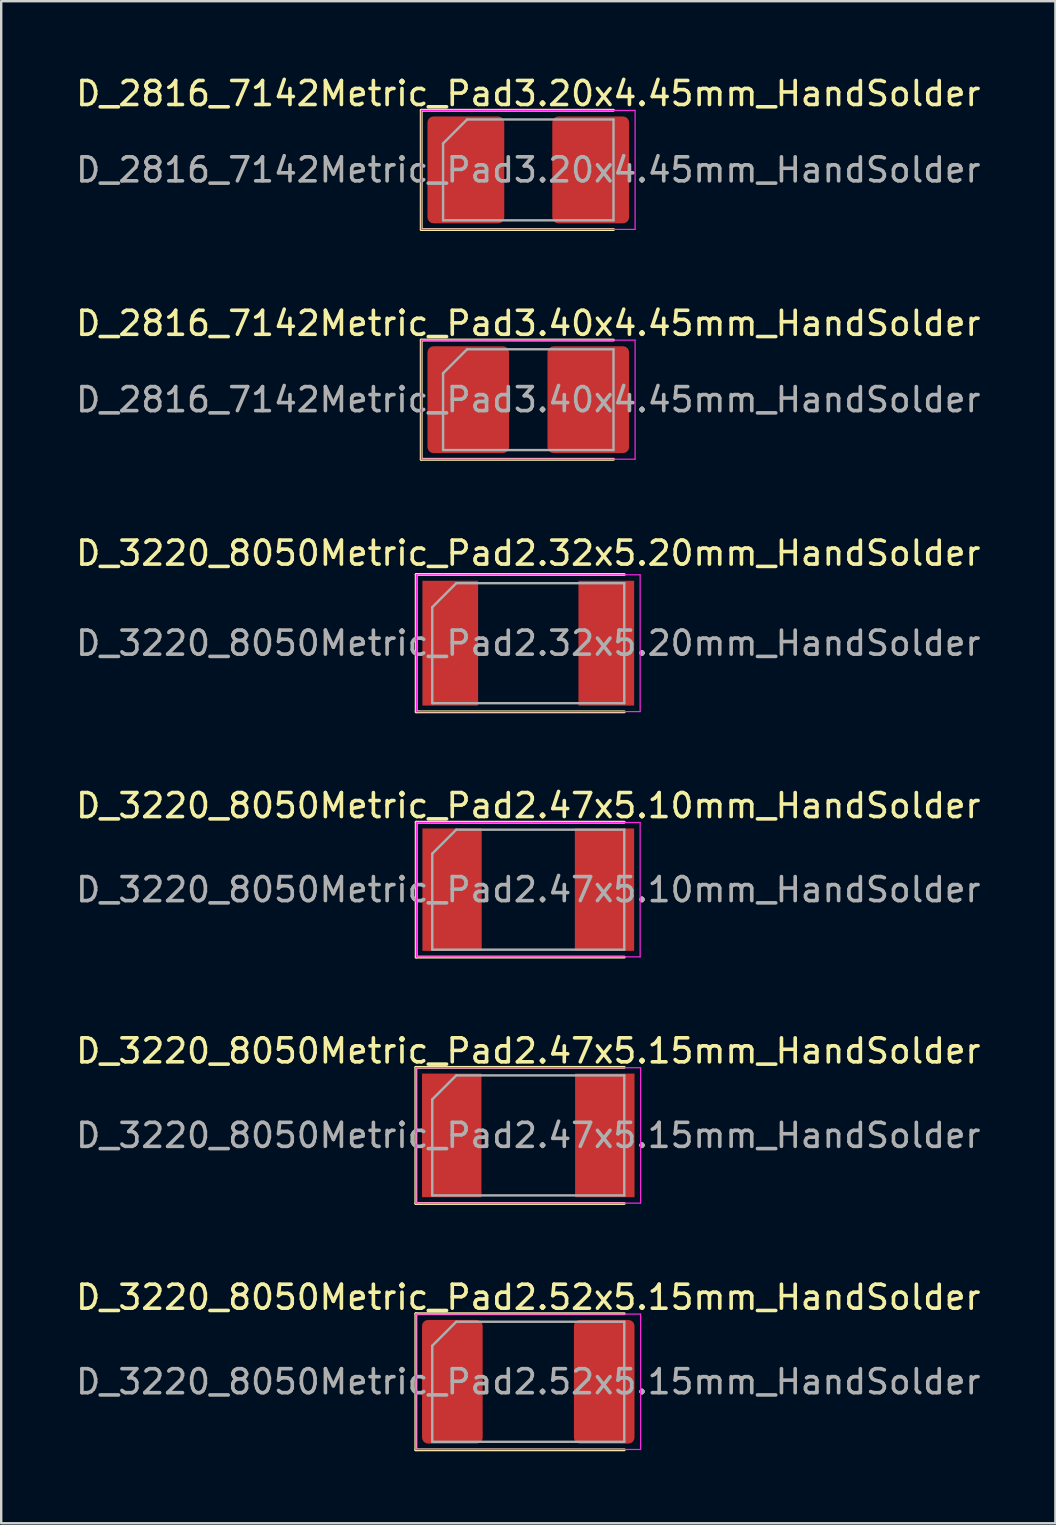
<source format=kicad_pcb>
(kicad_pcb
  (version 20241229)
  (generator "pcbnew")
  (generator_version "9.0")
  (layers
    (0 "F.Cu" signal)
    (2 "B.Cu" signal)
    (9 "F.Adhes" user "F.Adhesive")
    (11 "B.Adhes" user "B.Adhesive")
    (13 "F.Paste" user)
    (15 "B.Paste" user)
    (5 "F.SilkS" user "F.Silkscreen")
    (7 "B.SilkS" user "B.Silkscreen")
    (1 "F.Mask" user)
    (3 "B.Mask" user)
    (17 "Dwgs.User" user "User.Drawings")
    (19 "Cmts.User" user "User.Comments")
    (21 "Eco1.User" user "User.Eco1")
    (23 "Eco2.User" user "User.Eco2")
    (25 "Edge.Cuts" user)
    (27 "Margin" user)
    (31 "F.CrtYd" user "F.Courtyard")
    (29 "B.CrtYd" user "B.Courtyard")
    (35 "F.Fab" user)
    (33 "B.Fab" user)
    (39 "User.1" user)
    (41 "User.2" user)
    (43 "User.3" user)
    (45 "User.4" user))
  (footprint "D_3220_8050Metric_Pad2.32x5.20mm_HandSolder"
    (layer "F.Cu")
    (at 18.958 23.745)
    (property "Reference" "D_3220_8050Metric_Pad2.32x5.20mm_HandSolder" (at 0 -3.75 0) (layer "F.SilkS") (effects (font (size 1 1) (thickness 0.15))))
    (attr smd)
    (fp_line (start -4.67 -2.86) (end -4.67 2.86) (stroke (width 0.12) (type solid)) (layer "F.SilkS"))
    (fp_line (start -4.67 2.86) (end 4 2.86) (stroke (width 0.12) (type solid)) (layer "F.SilkS"))
    (fp_line (start 4 -2.86) (end -4.67 -2.86) (stroke (width 0.12) (type solid)) (layer "F.SilkS"))
    (fp_line (start -4.66 -2.85) (end 4.66 -2.85) (stroke (width 0.05) (type solid)) (layer "F.CrtYd"))
    (fp_line (start -4.66 2.85) (end -4.66 -2.85) (stroke (width 0.05) (type solid)) (layer "F.CrtYd"))
    (fp_line (start 4.66 -2.85) (end 4.66 2.85) (stroke (width 0.05) (type solid)) (layer "F.CrtYd"))
    (fp_line (start 4.66 2.85) (end -4.66 2.85) (stroke (width 0.05) (type solid)) (layer "F.CrtYd"))
    (fp_line (start -4 -1.5) (end -4 2.5) (stroke (width 0.1) (type solid)) (layer "F.Fab"))
    (fp_line (start -4 2.5) (end 4 2.5) (stroke (width 0.1) (type solid)) (layer "F.Fab"))
    (fp_line (start -3 -2.5) (end -4 -1.5) (stroke (width 0.1) (type solid)) (layer "F.Fab"))
    (fp_line (start 4 -2.5) (end -3 -2.5) (stroke (width 0.1) (type solid)) (layer "F.Fab"))
    (fp_line (start 4 2.5) (end 4 -2.5) (stroke (width 0.1) (type solid)) (layer "F.Fab"))
    (fp_text user "${REFERENCE}" (at 0 0 0) (layer "F.Fab") (effects (font (size 1 1) (thickness 0.15))))
    (pad "1" smd rect (at -3.25 0) (size 2.32 5.2) (layers "F.Cu" "F.Mask" "F.Paste"))
    (pad "2" smd rect (at 3.25 0) (size 2.32 5.2) (layers "F.Cu" "F.Mask" "F.Paste")))
  (footprint "D_2816_7142Metric_Pad3.40x4.45mm_HandSolder"
    (layer "F.Cu")
    (at 18.958 13.601)
    (property "Reference" "D_2816_7142Metric_Pad3.40x4.45mm_HandSolder" (at 0 -3.18 0) (layer "F.SilkS") (effects (font (size 1 1) (thickness 0.15))))
    (attr smd)
    (fp_line (start -4.46 -2.485) (end -4.46 2.485) (stroke (width 0.12) (type solid)) (layer "F.SilkS"))
    (fp_line (start -4.46 2.485) (end 3.55 2.485) (stroke (width 0.12) (type solid)) (layer "F.SilkS"))
    (fp_line (start 3.55 -2.485) (end -4.46 -2.485) (stroke (width 0.12) (type solid)) (layer "F.SilkS"))
    (fp_line (start -4.45 -2.48) (end 4.45 -2.48) (stroke (width 0.05) (type solid)) (layer "F.CrtYd"))
    (fp_line (start -4.45 2.48) (end -4.45 -2.48) (stroke (width 0.05) (type solid)) (layer "F.CrtYd"))
    (fp_line (start 4.45 -2.48) (end 4.45 2.48) (stroke (width 0.05) (type solid)) (layer "F.CrtYd"))
    (fp_line (start 4.45 2.48) (end -4.45 2.48) (stroke (width 0.05) (type solid)) (layer "F.CrtYd"))
    (fp_line (start -3.55 -1.1) (end -3.55 2.1) (stroke (width 0.1) (type solid)) (layer "F.Fab"))
    (fp_line (start -3.55 2.1) (end 3.55 2.1) (stroke (width 0.1) (type solid)) (layer "F.Fab"))
    (fp_line (start -2.55 -2.1) (end -3.55 -1.1) (stroke (width 0.1) (type solid)) (layer "F.Fab"))
    (fp_line (start 3.55 -2.1) (end -2.55 -2.1) (stroke (width 0.1) (type solid)) (layer "F.Fab"))
    (fp_line (start 3.55 2.1) (end 3.55 -2.1) (stroke (width 0.1) (type solid)) (layer "F.Fab"))
    (fp_text user "${REFERENCE}" (at 0 0 0) (layer "F.Fab") (effects (font (size 1 1) (thickness 0.15))))
    (pad "1" smd roundrect (at -2.5 0) (size 3.4 4.45) (layers "F.Cu" "F.Mask" "F.Paste") (roundrect_rratio 0.074))
    (pad "2" smd roundrect (at 2.5 0) (size 3.4 4.45) (layers "F.Cu" "F.Mask" "F.Paste") (roundrect_rratio 0.074)))
  (footprint "D_2816_7142Metric_Pad3.20x4.45mm_HandSolder"
    (layer "F.Cu")
    (at 18.958 4.028)
    (property "Reference" "D_2816_7142Metric_Pad3.20x4.45mm_HandSolder" (at 0 -3.18 0) (layer "F.SilkS") (effects (font (size 1 1) (thickness 0.15))))
    (attr smd)
    (fp_line (start -4.46 -2.485) (end -4.46 2.485) (stroke (width 0.12) (type solid)) (layer "F.SilkS"))
    (fp_line (start -4.46 2.485) (end 3.55 2.485) (stroke (width 0.12) (type solid)) (layer "F.SilkS"))
    (fp_line (start 3.55 -2.485) (end -4.46 -2.485) (stroke (width 0.12) (type solid)) (layer "F.SilkS"))
    (fp_line (start -4.45 -2.48) (end 4.45 -2.48) (stroke (width 0.05) (type solid)) (layer "F.CrtYd"))
    (fp_line (start -4.45 2.48) (end -4.45 -2.48) (stroke (width 0.05) (type solid)) (layer "F.CrtYd"))
    (fp_line (start 4.45 -2.48) (end 4.45 2.48) (stroke (width 0.05) (type solid)) (layer "F.CrtYd"))
    (fp_line (start 4.45 2.48) (end -4.45 2.48) (stroke (width 0.05) (type solid)) (layer "F.CrtYd"))
    (fp_line (start -3.55 -1.1) (end -3.55 2.1) (stroke (width 0.1) (type solid)) (layer "F.Fab"))
    (fp_line (start -3.55 2.1) (end 3.55 2.1) (stroke (width 0.1) (type solid)) (layer "F.Fab"))
    (fp_line (start -2.55 -2.1) (end -3.55 -1.1) (stroke (width 0.1) (type solid)) (layer "F.Fab"))
    (fp_line (start 3.55 -2.1) (end -2.55 -2.1) (stroke (width 0.1) (type solid)) (layer "F.Fab"))
    (fp_line (start 3.55 2.1) (end 3.55 -2.1) (stroke (width 0.1) (type solid)) (layer "F.Fab"))
    (fp_text user "${REFERENCE}" (at 0 0 0) (layer "F.Fab") (effects (font (size 1 1) (thickness 0.15))))
    (pad "1" smd roundrect (at -2.6 0) (size 3.2 4.45) (layers "F.Cu" "F.Mask" "F.Paste") (roundrect_rratio 0.078))
    (pad "2" smd roundrect (at 2.6 0) (size 3.2 4.45) (layers "F.Cu" "F.Mask" "F.Paste") (roundrect_rratio 0.078)))
  (footprint "D_3220_8050Metric_Pad2.47x5.10mm_HandSolder"
    (layer "F.Cu")
    (at 18.958 34.013)
    (property "Reference" "D_3220_8050Metric_Pad2.47x5.10mm_HandSolder" (at 0 -3.5 0) (layer "F.SilkS") (effects (font (size 1 1) (thickness 0.15))))
    (attr smd)
    (fp_line (start -4.67 -2.81) (end -4.67 2.81) (stroke (width 0.12) (type solid)) (layer "F.SilkS"))
    (fp_line (start -4.67 2.81) (end 4 2.81) (stroke (width 0.12) (type solid)) (layer "F.SilkS"))
    (fp_line (start 4 -2.81) (end -4.67 -2.81) (stroke (width 0.12) (type solid)) (layer "F.SilkS"))
    (fp_line (start -4.66 -2.8) (end 4.66 -2.8) (stroke (width 0.05) (type solid)) (layer "F.CrtYd"))
    (fp_line (start -4.66 2.8) (end -4.66 -2.8) (stroke (width 0.05) (type solid)) (layer "F.CrtYd"))
    (fp_line (start 4.66 -2.8) (end 4.66 2.8) (stroke (width 0.05) (type solid)) (layer "F.CrtYd"))
    (fp_line (start 4.66 2.8) (end -4.66 2.8) (stroke (width 0.05) (type solid)) (layer "F.CrtYd"))
    (fp_line (start -4 -1.5) (end -4 2.5) (stroke (width 0.1) (type solid)) (layer "F.Fab"))
    (fp_line (start -4 2.5) (end 4 2.5) (stroke (width 0.1) (type solid)) (layer "F.Fab"))
    (fp_line (start -3 -2.5) (end -4 -1.5) (stroke (width 0.1) (type solid)) (layer "F.Fab"))
    (fp_line (start 4 -2.5) (end -3 -2.5) (stroke (width 0.1) (type solid)) (layer "F.Fab"))
    (fp_line (start 4 2.5) (end 4 -2.5) (stroke (width 0.1) (type solid)) (layer "F.Fab"))
    (fp_text user "${REFERENCE}" (at 0 0 0) (layer "F.Fab") (effects (font (size 1 1) (thickness 0.15))))
    (pad "1" smd rect (at -3.175 0) (size 2.47 5.1) (layers "F.Cu" "F.Mask" "F.Paste"))
    (pad "2" smd rect (at 3.175 0) (size 2.47 5.1) (layers "F.Cu" "F.Mask" "F.Paste")))
  (footprint "D_3220_8050Metric_Pad2.47x5.15mm_HandSolder"
    (layer "F.Cu")
    (at 18.958 44.251)
    (property "Reference" "D_3220_8050Metric_Pad2.47x5.15mm_HandSolder" (at 0 -3.52 0) (layer "F.SilkS") (effects (font (size 1 1) (thickness 0.15))))
    (attr smd)
    (fp_line (start -4.685 -2.835) (end -4.685 2.835) (stroke (width 0.12) (type solid)) (layer "F.SilkS"))
    (fp_line (start -4.685 2.835) (end 4 2.835) (stroke (width 0.12) (type solid)) (layer "F.SilkS"))
    (fp_line (start 4 -2.835) (end -4.685 -2.835) (stroke (width 0.12) (type solid)) (layer "F.SilkS"))
    (fp_line (start -4.68 -2.82) (end 4.68 -2.82) (stroke (width 0.05) (type solid)) (layer "F.CrtYd"))
    (fp_line (start -4.68 2.82) (end -4.68 -2.82) (stroke (width 0.05) (type solid)) (layer "F.CrtYd"))
    (fp_line (start 4.68 -2.82) (end 4.68 2.82) (stroke (width 0.05) (type solid)) (layer "F.CrtYd"))
    (fp_line (start 4.68 2.82) (end -4.68 2.82) (stroke (width 0.05) (type solid)) (layer "F.CrtYd"))
    (fp_line (start -4 -1.5) (end -4 2.5) (stroke (width 0.1) (type solid)) (layer "F.Fab"))
    (fp_line (start -4 2.5) (end 4 2.5) (stroke (width 0.1) (type solid)) (layer "F.Fab"))
    (fp_line (start -3 -2.5) (end -4 -1.5) (stroke (width 0.1) (type solid)) (layer "F.Fab"))
    (fp_line (start 4 -2.5) (end -3 -2.5) (stroke (width 0.1) (type solid)) (layer "F.Fab"))
    (fp_line (start 4 2.5) (end 4 -2.5) (stroke (width 0.1) (type solid)) (layer "F.Fab"))
    (fp_text user "${REFERENCE}" (at 0 0 0) (layer "F.Fab") (effects (font (size 1 1) (thickness 0.15))))
    (pad "1" smd rect (at -3.188 0) (size 2.475 5.15) (layers "F.Cu" "F.Mask" "F.Paste"))
    (pad "2" smd rect (at 3.188 0) (size 2.475 5.15) (layers "F.Cu" "F.Mask" "F.Paste")))
  (footprint "D_3220_8050Metric_Pad2.52x5.15mm_HandSolder"
    (layer "F.Cu")
    (at 18.958 54.514)
    (property "Reference" "D_3220_8050Metric_Pad2.52x5.15mm_HandSolder" (at 0 -3.52 0) (layer "F.SilkS") (effects (font (size 1 1) (thickness 0.15))))
    (attr smd)
    (fp_line (start -4.685 -2.835) (end -4.685 2.835) (stroke (width 0.12) (type solid)) (layer "F.SilkS"))
    (fp_line (start -4.685 2.835) (end 4 2.835) (stroke (width 0.12) (type solid)) (layer "F.SilkS"))
    (fp_line (start 4 -2.835) (end -4.685 -2.835) (stroke (width 0.12) (type solid)) (layer "F.SilkS"))
    (fp_line (start -4.68 -2.82) (end 4.68 -2.82) (stroke (width 0.05) (type solid)) (layer "F.CrtYd"))
    (fp_line (start -4.68 2.82) (end -4.68 -2.82) (stroke (width 0.05) (type solid)) (layer "F.CrtYd"))
    (fp_line (start 4.68 -2.82) (end 4.68 2.82) (stroke (width 0.05) (type solid)) (layer "F.CrtYd"))
    (fp_line (start 4.68 2.82) (end -4.68 2.82) (stroke (width 0.05) (type solid)) (layer "F.CrtYd"))
    (fp_line (start -4 -1.5) (end -4 2.5) (stroke (width 0.1) (type solid)) (layer "F.Fab"))
    (fp_line (start -4 2.5) (end 4 2.5) (stroke (width 0.1) (type solid)) (layer "F.Fab"))
    (fp_line (start -3 -2.5) (end -4 -1.5) (stroke (width 0.1) (type solid)) (layer "F.Fab"))
    (fp_line (start 4 -2.5) (end -3 -2.5) (stroke (width 0.1) (type solid)) (layer "F.Fab"))
    (fp_line (start 4 2.5) (end 4 -2.5) (stroke (width 0.1) (type solid)) (layer "F.Fab"))
    (fp_text user "${REFERENCE}" (at 0 0 0) (layer "F.Fab") (effects (font (size 1 1) (thickness 0.15))))
    (pad "1" smd roundrect (at -3.163 0) (size 2.525 5.15) (layers "F.Cu" "F.Mask" "F.Paste") (roundrect_rratio 0.099))
    (pad "2" smd roundrect (at 3.163 0) (size 2.525 5.15) (layers "F.Cu" "F.Mask" "F.Paste") (roundrect_rratio 0.099)))
  (gr_rect
    (start -3 -3)
    (end 40.917 60.41)
    (stroke (width 0.1) (type default))
    (fill no)
    (layer "Edge.Cuts")))
</source>
